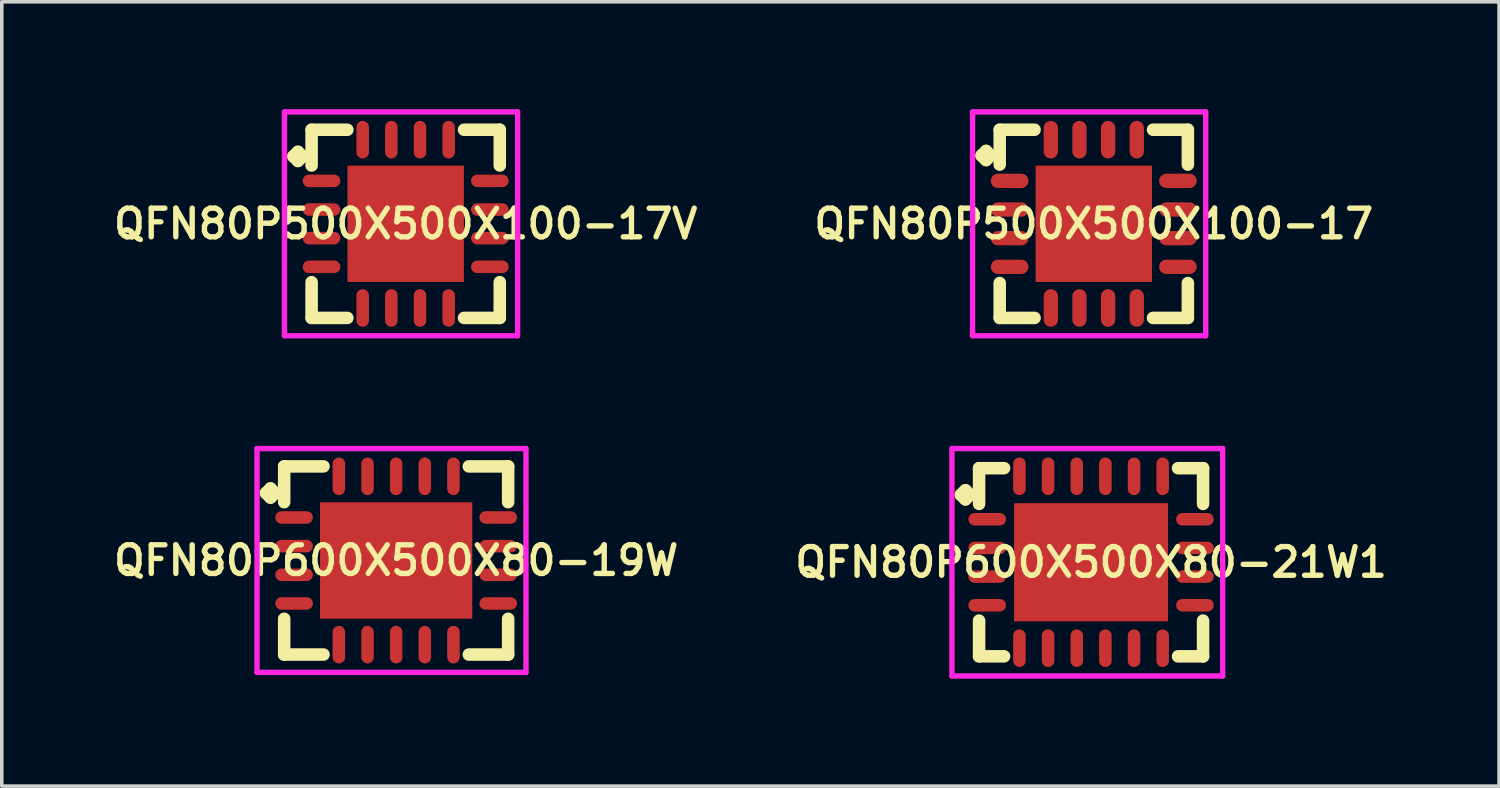
<source format=kicad_pcb>
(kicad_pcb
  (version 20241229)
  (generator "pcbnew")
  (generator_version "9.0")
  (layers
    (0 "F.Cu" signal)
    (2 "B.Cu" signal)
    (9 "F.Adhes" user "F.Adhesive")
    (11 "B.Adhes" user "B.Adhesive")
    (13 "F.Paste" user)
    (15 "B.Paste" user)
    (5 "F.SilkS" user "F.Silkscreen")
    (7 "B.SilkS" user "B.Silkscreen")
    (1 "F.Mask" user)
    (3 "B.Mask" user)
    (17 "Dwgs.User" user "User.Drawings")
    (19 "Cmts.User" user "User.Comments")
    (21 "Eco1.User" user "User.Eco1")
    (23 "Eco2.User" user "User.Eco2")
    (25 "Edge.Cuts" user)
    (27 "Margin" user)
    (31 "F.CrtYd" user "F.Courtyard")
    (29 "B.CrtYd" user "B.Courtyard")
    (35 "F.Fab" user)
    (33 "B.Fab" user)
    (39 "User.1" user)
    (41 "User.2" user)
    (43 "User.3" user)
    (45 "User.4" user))
  (footprint "QFN80P600X500X80-19W"
    (layer "F.Cu")
    (at 8.012 12.6)
    (property "Reference" "QFN80P600X500X80-19W" (at 0 0 0) (layer "F.SilkS") (effects (font (size 0.8 0.8) (thickness 0.15))))
    (attr smd)
    (fp_line (start -3.635 -1.883) (end -3.508 -2.01) (stroke (width 0.35) (type solid)) (layer "F.SilkS"))
    (fp_line (start -3.508 -2.01) (end -3.381 -1.883) (stroke (width 0.35) (type solid)) (layer "F.SilkS"))
    (fp_line (start -3.508 -1.756) (end -3.635 -1.883) (stroke (width 0.35) (type solid)) (layer "F.SilkS"))
    (fp_line (start -3.381 -1.883) (end -3.508 -1.756) (stroke (width 0.35) (type solid)) (layer "F.SilkS"))
    (fp_line (start -3.127 -2.627) (end -2.029 -2.627) (stroke (width 0.35) (type solid)) (layer "F.SilkS"))
    (fp_line (start -3.127 -1.629) (end -3.127 -2.627) (stroke (width 0.35) (type solid)) (layer "F.SilkS"))
    (fp_line (start -3.127 1.629) (end -3.127 2.627) (stroke (width 0.35) (type solid)) (layer "F.SilkS"))
    (fp_line (start -3.127 2.627) (end -2.029 2.627) (stroke (width 0.35) (type solid)) (layer "F.SilkS"))
    (fp_line (start 2.029 -2.627) (end 3.127 -2.627) (stroke (width 0.35) (type solid)) (layer "F.SilkS"))
    (fp_line (start 2.029 2.627) (end 3.127 2.627) (stroke (width 0.35) (type solid)) (layer "F.SilkS"))
    (fp_line (start 3.127 -2.627) (end 3.127 -1.629) (stroke (width 0.35) (type solid)) (layer "F.SilkS"))
    (fp_line (start 3.127 2.627) (end 3.127 1.629) (stroke (width 0.35) (type solid)) (layer "F.SilkS"))
    (fp_line (start -3.885 -3.125) (end 3.625 -3.125) (stroke (width 0.15) (type solid)) (layer "F.CrtYd"))
    (fp_line (start -3.885 3.125) (end -3.885 -3.125) (stroke (width 0.15) (type solid)) (layer "F.CrtYd"))
    (fp_line (start 3.625 -3.125) (end 3.625 3.125) (stroke (width 0.15) (type solid)) (layer "F.CrtYd"))
    (fp_line (start 3.625 3.125) (end -3.885 3.125) (stroke (width 0.15) (type solid)) (layer "F.CrtYd"))
    (pad "1" smd oval (at -2.85 -1.2) (size 1.05 0.35) (layers "F.Cu" "F.Mask" "F.Paste"))
    (pad "2" smd oval (at -2.85 -0.4) (size 1.05 0.35) (layers "F.Cu" "F.Mask" "F.Paste"))
    (pad "3" smd oval (at -2.85 0.4) (size 1.05 0.35) (layers "F.Cu" "F.Mask" "F.Paste"))
    (pad "4" smd oval (at -2.85 1.2) (size 1.05 0.35) (layers "F.Cu" "F.Mask" "F.Paste"))
    (pad "5" smd oval (at -1.6 2.35) (size 0.35 1.05) (layers "F.Cu" "F.Mask" "F.Paste"))
    (pad "6" smd oval (at -0.8 2.35) (size 0.35 1.05) (layers "F.Cu" "F.Mask" "F.Paste"))
    (pad "7" smd oval (at 0 2.35) (size 0.35 1.05) (layers "F.Cu" "F.Mask" "F.Paste"))
    (pad "8" smd oval (at 0.8 2.35) (size 0.35 1.05) (layers "F.Cu" "F.Mask" "F.Paste"))
    (pad "9" smd oval (at 1.6 2.35) (size 0.35 1.05) (layers "F.Cu" "F.Mask" "F.Paste"))
    (pad "10" smd oval (at 2.85 1.2) (size 1.05 0.35) (layers "F.Cu" "F.Mask" "F.Paste"))
    (pad "11" smd oval (at 2.85 0.4) (size 1.05 0.35) (layers "F.Cu" "F.Mask" "F.Paste"))
    (pad "12" smd oval (at 2.85 -0.4) (size 1.05 0.35) (layers "F.Cu" "F.Mask" "F.Paste"))
    (pad "13" smd oval (at 2.85 -1.2) (size 1.05 0.35) (layers "F.Cu" "F.Mask" "F.Paste"))
    (pad "14" smd oval (at 1.6 -2.35) (size 0.35 1.05) (layers "F.Cu" "F.Mask" "F.Paste"))
    (pad "15" smd oval (at 0.8 -2.35) (size 0.35 1.05) (layers "F.Cu" "F.Mask" "F.Paste"))
    (pad "16" smd oval (at 0 -2.35) (size 0.35 1.05) (layers "F.Cu" "F.Mask" "F.Paste"))
    (pad "17" smd oval (at -0.8 -2.35) (size 0.35 1.05) (layers "F.Cu" "F.Mask" "F.Paste"))
    (pad "18" smd oval (at -1.6 -2.35) (size 0.35 1.05) (layers "F.Cu" "F.Mask" "F.Paste"))
    (pad "19" smd rect (at 0 0) (size 4.25 3.25) (layers "F.Cu" "F.Mask" "F.Paste")))
  (footprint "QFN80P600X500X80-21W1"
    (layer "F.Cu")
    (at 27.416 12.65)
    (property "Reference" "QFN80P600X500X80-21W1" (at 0 0 0) (layer "F.SilkS") (effects (font (size 0.8 0.8) (thickness 0.15))))
    (attr smd)
    (fp_line (start -3.635 -1.883) (end -3.508 -2.01) (stroke (width 0.35) (type solid)) (layer "F.SilkS"))
    (fp_line (start -3.508 -2.01) (end -3.381 -1.883) (stroke (width 0.35) (type solid)) (layer "F.SilkS"))
    (fp_line (start -3.508 -1.756) (end -3.635 -1.883) (stroke (width 0.35) (type solid)) (layer "F.SilkS"))
    (fp_line (start -3.381 -1.883) (end -3.508 -1.756) (stroke (width 0.35) (type solid)) (layer "F.SilkS"))
    (fp_line (start -3.127 -2.627) (end -2.429 -2.627) (stroke (width 0.35) (type solid)) (layer "F.SilkS"))
    (fp_line (start -3.127 -1.629) (end -3.127 -2.627) (stroke (width 0.35) (type solid)) (layer "F.SilkS"))
    (fp_line (start -3.127 1.629) (end -3.127 2.627) (stroke (width 0.35) (type solid)) (layer "F.SilkS"))
    (fp_line (start -3.127 2.627) (end -2.429 2.627) (stroke (width 0.35) (type solid)) (layer "F.SilkS"))
    (fp_line (start 2.429 -2.627) (end 3.127 -2.627) (stroke (width 0.35) (type solid)) (layer "F.SilkS"))
    (fp_line (start 2.429 2.627) (end 3.127 2.627) (stroke (width 0.35) (type solid)) (layer "F.SilkS"))
    (fp_line (start 3.127 -2.627) (end 3.127 -1.629) (stroke (width 0.35) (type solid)) (layer "F.SilkS"))
    (fp_line (start 3.127 2.627) (end 3.127 1.629) (stroke (width 0.35) (type solid)) (layer "F.SilkS"))
    (fp_line (start -3.885 -3.175) (end 3.675 -3.175) (stroke (width 0.15) (type solid)) (layer "F.CrtYd"))
    (fp_line (start -3.885 3.175) (end -3.885 -3.175) (stroke (width 0.15) (type solid)) (layer "F.CrtYd"))
    (fp_line (start 3.675 -3.175) (end 3.675 3.175) (stroke (width 0.15) (type solid)) (layer "F.CrtYd"))
    (fp_line (start 3.675 3.175) (end -3.885 3.175) (stroke (width 0.15) (type solid)) (layer "F.CrtYd"))
    (pad "1" smd oval (at -2.9 -1.2) (size 1.05 0.35) (layers "F.Cu" "F.Mask" "F.Paste"))
    (pad "2" smd oval (at -2.9 -0.4) (size 1.05 0.35) (layers "F.Cu" "F.Mask" "F.Paste"))
    (pad "3" smd oval (at -2.9 0.4) (size 1.05 0.35) (layers "F.Cu" "F.Mask" "F.Paste"))
    (pad "4" smd oval (at -2.9 1.2) (size 1.05 0.35) (layers "F.Cu" "F.Mask" "F.Paste"))
    (pad "5" smd oval (at -2 2.4) (size 0.35 1.05) (layers "F.Cu" "F.Mask" "F.Paste"))
    (pad "6" smd oval (at -1.2 2.4) (size 0.35 1.05) (layers "F.Cu" "F.Mask" "F.Paste"))
    (pad "7" smd oval (at -0.4 2.4) (size 0.35 1.05) (layers "F.Cu" "F.Mask" "F.Paste"))
    (pad "8" smd oval (at 0.4 2.4) (size 0.35 1.05) (layers "F.Cu" "F.Mask" "F.Paste"))
    (pad "9" smd oval (at 1.2 2.4) (size 0.35 1.05) (layers "F.Cu" "F.Mask" "F.Paste"))
    (pad "10" smd oval (at 2 2.4) (size 0.35 1.05) (layers "F.Cu" "F.Mask" "F.Paste"))
    (pad "11" smd oval (at 2.9 1.2) (size 1.05 0.35) (layers "F.Cu" "F.Mask" "F.Paste"))
    (pad "12" smd oval (at 2.9 0.4) (size 1.05 0.35) (layers "F.Cu" "F.Mask" "F.Paste"))
    (pad "13" smd oval (at 2.9 -0.4) (size 1.05 0.35) (layers "F.Cu" "F.Mask" "F.Paste"))
    (pad "14" smd oval (at 2.9 -1.2) (size 1.05 0.35) (layers "F.Cu" "F.Mask" "F.Paste"))
    (pad "15" smd oval (at 2 -2.4) (size 0.35 1.05) (layers "F.Cu" "F.Mask" "F.Paste"))
    (pad "16" smd oval (at 1.2 -2.4) (size 0.35 1.05) (layers "F.Cu" "F.Mask" "F.Paste"))
    (pad "17" smd oval (at 0.4 -2.4) (size 0.35 1.05) (layers "F.Cu" "F.Mask" "F.Paste"))
    (pad "18" smd oval (at -0.4 -2.4) (size 0.35 1.05) (layers "F.Cu" "F.Mask" "F.Paste"))
    (pad "19" smd oval (at -1.2 -2.4) (size 0.35 1.05) (layers "F.Cu" "F.Mask" "F.Paste"))
    (pad "20" smd oval (at -2 -2.4) (size 0.35 1.05) (layers "F.Cu" "F.Mask" "F.Paste"))
    (pad "21" smd rect (at 0 0) (size 4.3 3.3) (layers "F.Cu" "F.Mask" "F.Paste")))
  (footprint "QFN80P500X500X100-17"
    (layer "F.Cu")
    (at 27.492 3.2)
    (property "Reference" "QFN80P500X500X100-17" (at 0 0 0) (layer "F.SilkS") (effects (font (size 0.8 0.8) (thickness 0.15))))
    (attr smd)
    (fp_line (start -3.135 -1.908) (end -3.008 -2.035) (stroke (width 0.35) (type solid)) (layer "F.SilkS"))
    (fp_line (start -3.008 -2.035) (end -2.881 -1.908) (stroke (width 0.35) (type solid)) (layer "F.SilkS"))
    (fp_line (start -3.008 -1.781) (end -3.135 -1.908) (stroke (width 0.35) (type solid)) (layer "F.SilkS"))
    (fp_line (start -2.881 -1.908) (end -3.008 -1.781) (stroke (width 0.35) (type solid)) (layer "F.SilkS"))
    (fp_line (start -2.627 -2.627) (end -1.654 -2.627) (stroke (width 0.35) (type solid)) (layer "F.SilkS"))
    (fp_line (start -2.627 -1.654) (end -2.627 -2.627) (stroke (width 0.35) (type solid)) (layer "F.SilkS"))
    (fp_line (start -2.627 1.654) (end -2.627 2.627) (stroke (width 0.35) (type solid)) (layer "F.SilkS"))
    (fp_line (start -2.627 2.627) (end -1.654 2.627) (stroke (width 0.35) (type solid)) (layer "F.SilkS"))
    (fp_line (start 1.654 -2.627) (end 2.627 -2.627) (stroke (width 0.35) (type solid)) (layer "F.SilkS"))
    (fp_line (start 1.654 2.627) (end 2.627 2.627) (stroke (width 0.35) (type solid)) (layer "F.SilkS"))
    (fp_line (start 2.627 -2.627) (end 2.627 -1.654) (stroke (width 0.35) (type solid)) (layer "F.SilkS"))
    (fp_line (start 2.627 2.627) (end 2.627 1.654) (stroke (width 0.35) (type solid)) (layer "F.SilkS"))
    (fp_line (start -3.385 -3.125) (end 3.125 -3.125) (stroke (width 0.15) (type solid)) (layer "F.CrtYd"))
    (fp_line (start -3.385 3.125) (end -3.385 -3.125) (stroke (width 0.15) (type solid)) (layer "F.CrtYd"))
    (fp_line (start 3.125 -3.125) (end 3.125 3.125) (stroke (width 0.15) (type solid)) (layer "F.CrtYd"))
    (fp_line (start 3.125 3.125) (end -3.385 3.125) (stroke (width 0.15) (type solid)) (layer "F.CrtYd"))
    (pad "1" smd oval (at -2.35 -1.2) (size 1.05 0.4) (layers "F.Cu" "F.Mask" "F.Paste"))
    (pad "2" smd oval (at -2.35 -0.4) (size 1.05 0.4) (layers "F.Cu" "F.Mask" "F.Paste"))
    (pad "3" smd oval (at -2.35 0.4) (size 1.05 0.4) (layers "F.Cu" "F.Mask" "F.Paste"))
    (pad "4" smd oval (at -2.35 1.2) (size 1.05 0.4) (layers "F.Cu" "F.Mask" "F.Paste"))
    (pad "5" smd oval (at -1.2 2.35) (size 0.4 1.05) (layers "F.Cu" "F.Mask" "F.Paste"))
    (pad "6" smd oval (at -0.4 2.35) (size 0.4 1.05) (layers "F.Cu" "F.Mask" "F.Paste"))
    (pad "7" smd oval (at 0.4 2.35) (size 0.4 1.05) (layers "F.Cu" "F.Mask" "F.Paste"))
    (pad "8" smd oval (at 1.2 2.35) (size 0.4 1.05) (layers "F.Cu" "F.Mask" "F.Paste"))
    (pad "9" smd oval (at 2.35 1.2) (size 1.05 0.4) (layers "F.Cu" "F.Mask" "F.Paste"))
    (pad "10" smd oval (at 2.35 0.4) (size 1.05 0.4) (layers "F.Cu" "F.Mask" "F.Paste"))
    (pad "11" smd oval (at 2.35 -0.4) (size 1.05 0.4) (layers "F.Cu" "F.Mask" "F.Paste"))
    (pad "12" smd oval (at 2.35 -1.2) (size 1.05 0.4) (layers "F.Cu" "F.Mask" "F.Paste"))
    (pad "13" smd oval (at 1.2 -2.35) (size 0.4 1.05) (layers "F.Cu" "F.Mask" "F.Paste"))
    (pad "14" smd oval (at 0.4 -2.35) (size 0.4 1.05) (layers "F.Cu" "F.Mask" "F.Paste"))
    (pad "15" smd oval (at -0.4 -2.35) (size 0.4 1.05) (layers "F.Cu" "F.Mask" "F.Paste"))
    (pad "16" smd oval (at -1.2 -2.35) (size 0.4 1.05) (layers "F.Cu" "F.Mask" "F.Paste"))
    (pad "17" smd rect (at 0 0) (size 3.25 3.25) (layers "F.Cu" "F.Mask" "F.Paste")))
  (footprint "QFN80P500X500X100-17V"
    (layer "F.Cu")
    (at 8.278 3.2)
    (property "Reference" "QFN80P500X500X100-17V" (at 0 0 0) (layer "F.SilkS") (effects (font (size 0.8 0.8) (thickness 0.15))))
    (attr smd)
    (fp_line (start -3.135 -1.883) (end -3.008 -2.01) (stroke (width 0.35) (type solid)) (layer "F.SilkS"))
    (fp_line (start -3.008 -2.01) (end -2.881 -1.883) (stroke (width 0.35) (type solid)) (layer "F.SilkS"))
    (fp_line (start -3.008 -1.756) (end -3.135 -1.883) (stroke (width 0.35) (type solid)) (layer "F.SilkS"))
    (fp_line (start -2.881 -1.883) (end -3.008 -1.756) (stroke (width 0.35) (type solid)) (layer "F.SilkS"))
    (fp_line (start -2.627 -2.627) (end -1.629 -2.627) (stroke (width 0.35) (type solid)) (layer "F.SilkS"))
    (fp_line (start -2.627 -1.629) (end -2.627 -2.627) (stroke (width 0.35) (type solid)) (layer "F.SilkS"))
    (fp_line (start -2.627 1.629) (end -2.627 2.627) (stroke (width 0.35) (type solid)) (layer "F.SilkS"))
    (fp_line (start -2.627 2.627) (end -1.629 2.627) (stroke (width 0.35) (type solid)) (layer "F.SilkS"))
    (fp_line (start 1.629 -2.627) (end 2.627 -2.627) (stroke (width 0.35) (type solid)) (layer "F.SilkS"))
    (fp_line (start 1.629 2.627) (end 2.627 2.627) (stroke (width 0.35) (type solid)) (layer "F.SilkS"))
    (fp_line (start 2.627 -2.627) (end 2.627 -1.629) (stroke (width 0.35) (type solid)) (layer "F.SilkS"))
    (fp_line (start 2.627 2.627) (end 2.627 1.629) (stroke (width 0.35) (type solid)) (layer "F.SilkS"))
    (fp_line (start -3.385 -3.125) (end 3.125 -3.125) (stroke (width 0.15) (type solid)) (layer "F.CrtYd"))
    (fp_line (start -3.385 3.125) (end -3.385 -3.125) (stroke (width 0.15) (type solid)) (layer "F.CrtYd"))
    (fp_line (start 3.125 -3.125) (end 3.125 3.125) (stroke (width 0.15) (type solid)) (layer "F.CrtYd"))
    (fp_line (start 3.125 3.125) (end -3.385 3.125) (stroke (width 0.15) (type solid)) (layer "F.CrtYd"))
    (pad "1" smd oval (at -2.35 -1.2) (size 1.05 0.35) (layers "F.Cu" "F.Mask" "F.Paste"))
    (pad "2" smd oval (at -2.35 -0.4) (size 1.05 0.35) (layers "F.Cu" "F.Mask" "F.Paste"))
    (pad "3" smd oval (at -2.35 0.4) (size 1.05 0.35) (layers "F.Cu" "F.Mask" "F.Paste"))
    (pad "4" smd oval (at -2.35 1.2) (size 1.05 0.35) (layers "F.Cu" "F.Mask" "F.Paste"))
    (pad "5" smd oval (at -1.2 2.35) (size 0.35 1.05) (layers "F.Cu" "F.Mask" "F.Paste"))
    (pad "6" smd oval (at -0.4 2.35) (size 0.35 1.05) (layers "F.Cu" "F.Mask" "F.Paste"))
    (pad "7" smd oval (at 0.4 2.35) (size 0.35 1.05) (layers "F.Cu" "F.Mask" "F.Paste"))
    (pad "8" smd oval (at 1.2 2.35) (size 0.35 1.05) (layers "F.Cu" "F.Mask" "F.Paste"))
    (pad "9" smd oval (at 2.35 1.2) (size 1.05 0.35) (layers "F.Cu" "F.Mask" "F.Paste"))
    (pad "10" smd oval (at 2.35 0.4) (size 1.05 0.35) (layers "F.Cu" "F.Mask" "F.Paste"))
    (pad "11" smd oval (at 2.35 -0.4) (size 1.05 0.35) (layers "F.Cu" "F.Mask" "F.Paste"))
    (pad "12" smd oval (at 2.35 -1.2) (size 1.05 0.35) (layers "F.Cu" "F.Mask" "F.Paste"))
    (pad "13" smd oval (at 1.2 -2.35) (size 0.35 1.05) (layers "F.Cu" "F.Mask" "F.Paste"))
    (pad "14" smd oval (at 0.4 -2.35) (size 0.35 1.05) (layers "F.Cu" "F.Mask" "F.Paste"))
    (pad "15" smd oval (at -0.4 -2.35) (size 0.35 1.05) (layers "F.Cu" "F.Mask" "F.Paste"))
    (pad "16" smd oval (at -1.2 -2.35) (size 0.35 1.05) (layers "F.Cu" "F.Mask" "F.Paste"))
    (pad "17" smd rect (at 0 0) (size 3.25 3.25) (layers "F.Cu" "F.Mask" "F.Paste")))
  (gr_rect
    (start -3 -3)
    (end 38.809 18.9)
    (stroke (width 0.1) (type default))
    (fill no)
    (layer "Edge.Cuts")))
</source>
